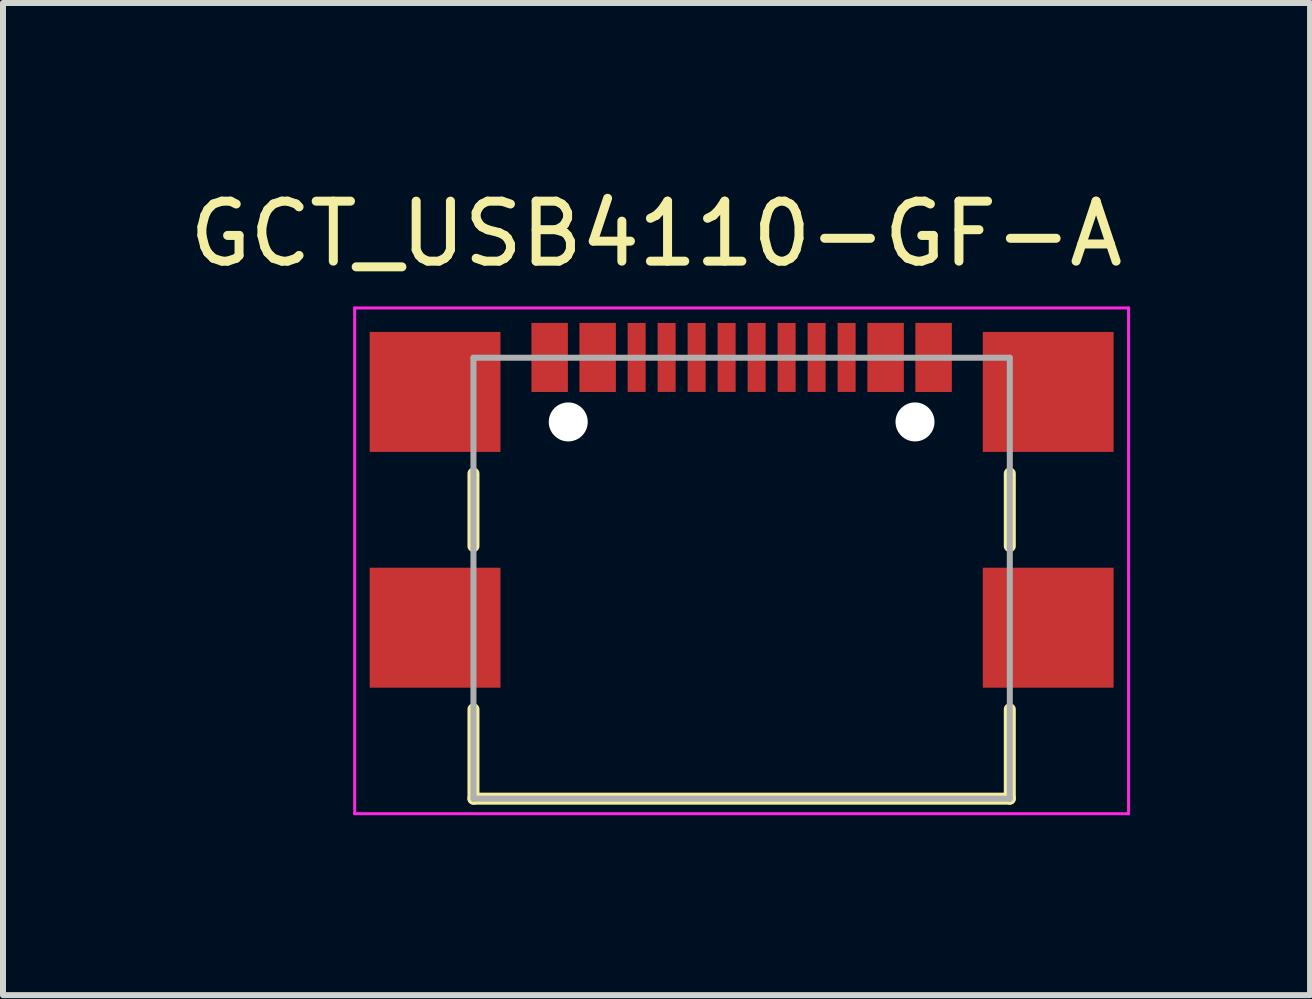
<source format=kicad_pcb>
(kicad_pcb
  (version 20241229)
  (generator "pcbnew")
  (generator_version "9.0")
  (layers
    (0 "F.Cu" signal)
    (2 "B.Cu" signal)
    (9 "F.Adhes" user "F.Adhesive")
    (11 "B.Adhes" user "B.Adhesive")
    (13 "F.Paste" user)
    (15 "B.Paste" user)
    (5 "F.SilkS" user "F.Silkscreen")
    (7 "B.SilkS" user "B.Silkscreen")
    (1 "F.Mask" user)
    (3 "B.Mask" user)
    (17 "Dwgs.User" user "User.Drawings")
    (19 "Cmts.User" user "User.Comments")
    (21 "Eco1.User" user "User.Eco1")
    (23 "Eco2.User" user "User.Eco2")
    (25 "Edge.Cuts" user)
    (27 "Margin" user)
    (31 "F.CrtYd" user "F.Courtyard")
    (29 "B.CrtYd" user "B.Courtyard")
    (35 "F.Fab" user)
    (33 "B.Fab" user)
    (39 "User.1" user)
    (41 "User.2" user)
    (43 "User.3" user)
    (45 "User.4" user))
  (footprint "GCT_USB4110-GF-A"
    (layer "F.Cu")
    (at 9.312 3.983)
    (property "Reference" "GCT_USB4110-GF-A" (at -1.425 -3.135 0) (layer "F.SilkS") (effects (font (size 1 1) (thickness 0.15))))
    (attr smd)
    (fp_line (start -4.47 0.86) (end -4.47 2.07) (stroke (width 0.2) (type solid)) (layer "F.SilkS"))
    (fp_line (start -4.47 4.79) (end -4.47 6.28) (stroke (width 0.2) (type solid)) (layer "F.SilkS"))
    (fp_line (start -4.47 6.28) (end 4.47 6.28) (stroke (width 0.2) (type solid)) (layer "F.SilkS"))
    (fp_line (start 4.47 0.86) (end 4.47 2.07) (stroke (width 0.2) (type solid)) (layer "F.SilkS"))
    (fp_line (start 4.47 6.28) (end 4.47 4.79) (stroke (width 0.2) (type solid)) (layer "F.SilkS"))
    (fp_line (start -6.45 -1.9) (end 6.45 -1.9) (stroke (width 0.05) (type solid)) (layer "F.CrtYd"))
    (fp_line (start -6.45 6.53) (end -6.45 -1.9) (stroke (width 0.05) (type solid)) (layer "F.CrtYd"))
    (fp_line (start 6.45 -1.9) (end 6.45 6.53) (stroke (width 0.05) (type solid)) (layer "F.CrtYd"))
    (fp_line (start 6.45 6.53) (end -6.45 6.53) (stroke (width 0.05) (type solid)) (layer "F.CrtYd"))
    (fp_line (start -4.47 -1.07) (end -4.47 6.28) (stroke (width 0.1) (type solid)) (layer "F.Fab"))
    (fp_line (start -4.47 6.28) (end 4.47 6.28) (stroke (width 0.1) (type solid)) (layer "F.Fab"))
    (fp_line (start 4.47 -1.07) (end -4.47 -1.07) (stroke (width 0.1) (type solid)) (layer "F.Fab"))
    (fp_line (start 4.47 6.28) (end 4.47 -1.07) (stroke (width 0.1) (type solid)) (layer "F.Fab"))
    (pad "" np_thru_hole circle (at -2.89 0) (size 0.65 0.65) (drill 0.65) (layers "*.Cu" "*.Mask"))
    (pad "" np_thru_hole circle (at 2.89 0) (size 0.65 0.65) (drill 0.65) (layers "*.Cu" "*.Mask"))
    (pad "A1" smd rect (at -3.2 -1.075) (size 0.6 1.15) (layers "F.Cu" "F.Mask" "F.Paste"))
    (pad "A4" smd rect (at -2.4 -1.075) (size 0.6 1.15) (layers "F.Cu" "F.Mask" "F.Paste"))
    (pad "A5" smd rect (at -1.25 -1.075) (size 0.3 1.15) (layers "F.Cu" "F.Mask" "F.Paste"))
    (pad "A6" smd rect (at -0.25 -1.075) (size 0.3 1.15) (layers "F.Cu" "F.Mask" "F.Paste"))
    (pad "A7" smd rect (at 0.25 -1.075) (size 0.3 1.15) (layers "F.Cu" "F.Mask" "F.Paste"))
    (pad "A8" smd rect (at 1.25 -1.075) (size 0.3 1.15) (layers "F.Cu" "F.Mask" "F.Paste"))
    (pad "A9" smd rect (at 2.4 -1.075) (size 0.6 1.15) (layers "F.Cu" "F.Mask" "F.Paste"))
    (pad "A12" smd rect (at 3.2 -1.075) (size 0.6 1.15) (layers "F.Cu" "F.Mask" "F.Paste"))
    (pad "B1" smd rect (at 3.2 -1.075) (size 0.6 1.15) (layers "F.Cu" "F.Mask" "F.Paste"))
    (pad "B4" smd rect (at 2.4 -1.075) (size 0.6 1.15) (layers "F.Cu" "F.Mask" "F.Paste"))
    (pad "B5" smd rect (at 1.75 -1.075) (size 0.3 1.15) (layers "F.Cu" "F.Mask" "F.Paste"))
    (pad "B6" smd rect (at 0.75 -1.075) (size 0.3 1.15) (layers "F.Cu" "F.Mask" "F.Paste"))
    (pad "B7" smd rect (at -0.75 -1.075) (size 0.3 1.15) (layers "F.Cu" "F.Mask" "F.Paste"))
    (pad "B8" smd rect (at -1.75 -1.075) (size 0.3 1.15) (layers "F.Cu" "F.Mask" "F.Paste"))
    (pad "B9" smd rect (at -2.4 -1.075) (size 0.6 1.15) (layers "F.Cu" "F.Mask" "F.Paste"))
    (pad "B12" smd rect (at -3.2 -1.075) (size 0.6 1.15) (layers "F.Cu" "F.Mask" "F.Paste"))
    (pad "S1" smd rect (at -5.11 -0.5) (size 2.18 2) (layers "F.Cu" "F.Mask" "F.Paste"))
    (pad "S1" smd rect (at -5.11 3.43) (size 2.18 2) (layers "F.Cu" "F.Mask" "F.Paste"))
    (pad "S1" smd rect (at 5.11 -0.5) (size 2.18 2) (layers "F.Cu" "F.Mask" "F.Paste"))
    (pad "S1" smd rect (at 5.11 3.43) (size 2.18 2) (layers "F.Cu" "F.Mask" "F.Paste")))
  (gr_rect
    (start -3 -3)
    (end 18.787 13.538)
    (stroke (width 0.1) (type default))
    (fill no)
    (layer "Edge.Cuts")))
</source>
